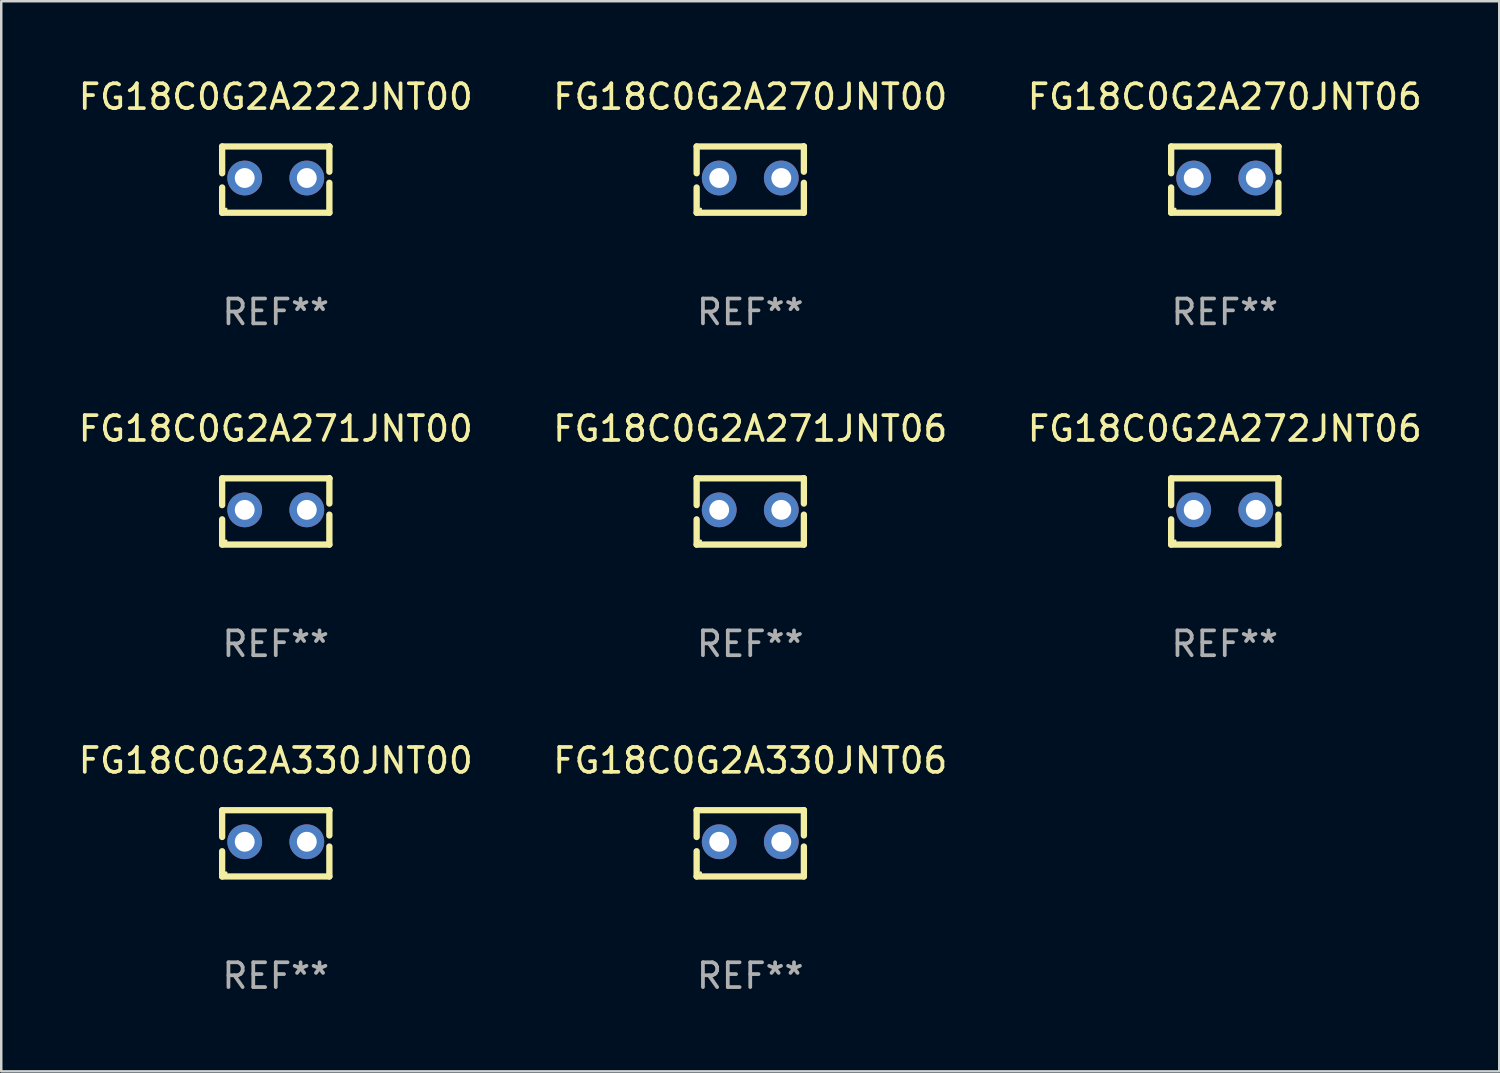
<source format=kicad_pcb>
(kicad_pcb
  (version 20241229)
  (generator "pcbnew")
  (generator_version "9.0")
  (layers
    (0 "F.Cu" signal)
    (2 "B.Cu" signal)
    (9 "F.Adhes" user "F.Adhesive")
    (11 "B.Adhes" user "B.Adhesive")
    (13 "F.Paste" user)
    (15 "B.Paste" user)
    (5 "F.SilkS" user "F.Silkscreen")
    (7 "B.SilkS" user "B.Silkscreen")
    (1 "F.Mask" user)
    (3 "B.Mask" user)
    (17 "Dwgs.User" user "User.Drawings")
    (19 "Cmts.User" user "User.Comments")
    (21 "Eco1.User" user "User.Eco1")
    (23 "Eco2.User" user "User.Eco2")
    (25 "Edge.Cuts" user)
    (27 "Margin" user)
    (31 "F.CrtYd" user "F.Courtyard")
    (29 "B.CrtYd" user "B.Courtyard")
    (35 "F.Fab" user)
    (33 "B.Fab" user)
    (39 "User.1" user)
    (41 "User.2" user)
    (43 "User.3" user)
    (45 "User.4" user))
  (footprint "FG18C0G2A330JNT06"
    (layer "F.Cu")
    (at 27.161 30.909)
    (property "Reference" "FG18C0G2A330JNT06" (at 0 -3.334 0) (layer "F.SilkS") (effects (font (size 1 1) (thickness 0.15))))
    (attr through_hole)
    (fp_line (start -2.159 -1.334) (end 2.159 -1.334) (stroke (width 0.254) (type solid)) (layer "F.SilkS"))
    (fp_line (start -2.159 -0.256) (end -2.159 -1.334) (stroke (width 0.254) (type solid)) (layer "F.SilkS"))
    (fp_line (start -2.159 1.334) (end -2.159 0.318) (stroke (width 0.254) (type solid)) (layer "F.SilkS"))
    (fp_line (start 2.159 -1.334) (end 2.159 -1.334) (stroke (width 0.254) (type solid)) (layer "F.SilkS"))
    (fp_line (start 2.159 -1.334) (end 2.159 -0.318) (stroke (width 0.254) (type solid)) (layer "F.SilkS"))
    (fp_line (start 2.159 0.129) (end 2.159 1.334) (stroke (width 0.254) (type solid)) (layer "F.SilkS"))
    (fp_line (start 2.159 1.334) (end -2.159 1.334) (stroke (width 0.254) (type solid)) (layer "F.SilkS"))
    (fp_circle (center -2 1.186) (end -1.97 1.186) (stroke (width 0.06) (type solid)) (fill no) (layer "F.SilkS"))
    (fp_text user "REF**" (at 0 5.334 0) (layer "F.Fab") (effects (font (size 1 1) (thickness 0.15))))
    (pad "1" thru_hole circle (at -1.25 -0.064) (size 1.4 1.4) (drill 0.8) (layers "*.Cu" "*.Mask"))
    (pad "2" thru_hole circle (at 1.25 -0.064) (size 1.4 1.4) (drill 0.8) (layers "*.Cu" "*.Mask")))
  (footprint "FG18C0G2A271JNT06"
    (layer "F.Cu")
    (at 27.161 17.545)
    (property "Reference" "FG18C0G2A271JNT06" (at 0 -3.334 0) (layer "F.SilkS") (effects (font (size 1 1) (thickness 0.15))))
    (attr through_hole)
    (fp_line (start -2.159 -1.334) (end 2.159 -1.334) (stroke (width 0.254) (type solid)) (layer "F.SilkS"))
    (fp_line (start -2.159 -0.256) (end -2.159 -1.334) (stroke (width 0.254) (type solid)) (layer "F.SilkS"))
    (fp_line (start -2.159 1.334) (end -2.159 0.318) (stroke (width 0.254) (type solid)) (layer "F.SilkS"))
    (fp_line (start 2.159 -1.334) (end 2.159 -1.334) (stroke (width 0.254) (type solid)) (layer "F.SilkS"))
    (fp_line (start 2.159 -1.334) (end 2.159 -0.318) (stroke (width 0.254) (type solid)) (layer "F.SilkS"))
    (fp_line (start 2.159 0.129) (end 2.159 1.334) (stroke (width 0.254) (type solid)) (layer "F.SilkS"))
    (fp_line (start 2.159 1.334) (end -2.159 1.334) (stroke (width 0.254) (type solid)) (layer "F.SilkS"))
    (fp_circle (center -2 1.186) (end -1.97 1.186) (stroke (width 0.06) (type solid)) (fill no) (layer "F.SilkS"))
    (fp_text user "REF**" (at 0 5.334 0) (layer "F.Fab") (effects (font (size 1 1) (thickness 0.15))))
    (pad "1" thru_hole circle (at -1.25 -0.064) (size 1.4 1.4) (drill 0.8) (layers "*.Cu" "*.Mask"))
    (pad "2" thru_hole circle (at 1.25 -0.064) (size 1.4 1.4) (drill 0.8) (layers "*.Cu" "*.Mask")))
  (footprint "FG18C0G2A272JNT06"
    (layer "F.Cu")
    (at 46.268 17.545)
    (property "Reference" "FG18C0G2A272JNT06" (at 0 -3.334 0) (layer "F.SilkS") (effects (font (size 1 1) (thickness 0.15))))
    (attr through_hole)
    (fp_line (start -2.159 -1.334) (end 2.159 -1.334) (stroke (width 0.254) (type solid)) (layer "F.SilkS"))
    (fp_line (start -2.159 -0.256) (end -2.159 -1.334) (stroke (width 0.254) (type solid)) (layer "F.SilkS"))
    (fp_line (start -2.159 1.334) (end -2.159 0.318) (stroke (width 0.254) (type solid)) (layer "F.SilkS"))
    (fp_line (start 2.159 -1.334) (end 2.159 -1.334) (stroke (width 0.254) (type solid)) (layer "F.SilkS"))
    (fp_line (start 2.159 -1.334) (end 2.159 -0.318) (stroke (width 0.254) (type solid)) (layer "F.SilkS"))
    (fp_line (start 2.159 0.129) (end 2.159 1.334) (stroke (width 0.254) (type solid)) (layer "F.SilkS"))
    (fp_line (start 2.159 1.334) (end -2.159 1.334) (stroke (width 0.254) (type solid)) (layer "F.SilkS"))
    (fp_circle (center -2 1.186) (end -1.97 1.186) (stroke (width 0.06) (type solid)) (fill no) (layer "F.SilkS"))
    (fp_text user "REF**" (at 0 5.334 0) (layer "F.Fab") (effects (font (size 1 1) (thickness 0.15))))
    (pad "1" thru_hole circle (at -1.25 -0.064) (size 1.4 1.4) (drill 0.8) (layers "*.Cu" "*.Mask"))
    (pad "2" thru_hole circle (at 1.25 -0.064) (size 1.4 1.4) (drill 0.8) (layers "*.Cu" "*.Mask")))
  (footprint "FG18C0G2A330JNT00"
    (layer "F.Cu")
    (at 8.054 30.909)
    (property "Reference" "FG18C0G2A330JNT00" (at 0 -3.334 0) (layer "F.SilkS") (effects (font (size 1 1) (thickness 0.15))))
    (attr through_hole)
    (fp_line (start -2.159 -1.334) (end 2.159 -1.334) (stroke (width 0.254) (type solid)) (layer "F.SilkS"))
    (fp_line (start -2.159 -0.256) (end -2.159 -1.334) (stroke (width 0.254) (type solid)) (layer "F.SilkS"))
    (fp_line (start -2.159 1.334) (end -2.159 0.318) (stroke (width 0.254) (type solid)) (layer "F.SilkS"))
    (fp_line (start 2.159 -1.334) (end 2.159 -1.334) (stroke (width 0.254) (type solid)) (layer "F.SilkS"))
    (fp_line (start 2.159 -1.334) (end 2.159 -0.318) (stroke (width 0.254) (type solid)) (layer "F.SilkS"))
    (fp_line (start 2.159 0.129) (end 2.159 1.334) (stroke (width 0.254) (type solid)) (layer "F.SilkS"))
    (fp_line (start 2.159 1.334) (end -2.159 1.334) (stroke (width 0.254) (type solid)) (layer "F.SilkS"))
    (fp_circle (center -2 1.186) (end -1.97 1.186) (stroke (width 0.06) (type solid)) (fill no) (layer "F.SilkS"))
    (fp_text user "REF**" (at 0 5.334 0) (layer "F.Fab") (effects (font (size 1 1) (thickness 0.15))))
    (pad "1" thru_hole circle (at -1.25 -0.064) (size 1.4 1.4) (drill 0.8) (layers "*.Cu" "*.Mask"))
    (pad "2" thru_hole circle (at 1.25 -0.064) (size 1.4 1.4) (drill 0.8) (layers "*.Cu" "*.Mask")))
  (footprint "FG18C0G2A271JNT00"
    (layer "F.Cu")
    (at 8.054 17.545)
    (property "Reference" "FG18C0G2A271JNT00" (at 0 -3.334 0) (layer "F.SilkS") (effects (font (size 1 1) (thickness 0.15))))
    (attr through_hole)
    (fp_line (start -2.159 -1.334) (end 2.159 -1.334) (stroke (width 0.254) (type solid)) (layer "F.SilkS"))
    (fp_line (start -2.159 -0.256) (end -2.159 -1.334) (stroke (width 0.254) (type solid)) (layer "F.SilkS"))
    (fp_line (start -2.159 1.334) (end -2.159 0.318) (stroke (width 0.254) (type solid)) (layer "F.SilkS"))
    (fp_line (start 2.159 -1.334) (end 2.159 -1.334) (stroke (width 0.254) (type solid)) (layer "F.SilkS"))
    (fp_line (start 2.159 -1.334) (end 2.159 -0.318) (stroke (width 0.254) (type solid)) (layer "F.SilkS"))
    (fp_line (start 2.159 0.129) (end 2.159 1.334) (stroke (width 0.254) (type solid)) (layer "F.SilkS"))
    (fp_line (start 2.159 1.334) (end -2.159 1.334) (stroke (width 0.254) (type solid)) (layer "F.SilkS"))
    (fp_circle (center -2 1.186) (end -1.97 1.186) (stroke (width 0.06) (type solid)) (fill no) (layer "F.SilkS"))
    (fp_text user "REF**" (at 0 5.334 0) (layer "F.Fab") (effects (font (size 1 1) (thickness 0.15))))
    (pad "1" thru_hole circle (at -1.25 -0.064) (size 1.4 1.4) (drill 0.8) (layers "*.Cu" "*.Mask"))
    (pad "2" thru_hole circle (at 1.25 -0.064) (size 1.4 1.4) (drill 0.8) (layers "*.Cu" "*.Mask")))
  (footprint "FG18C0G2A222JNT00"
    (layer "F.Cu")
    (at 8.054 4.182)
    (property "Reference" "FG18C0G2A222JNT00" (at 0 -3.334 0) (layer "F.SilkS") (effects (font (size 1 1) (thickness 0.15))))
    (attr through_hole)
    (fp_line (start -2.159 -1.334) (end 2.159 -1.334) (stroke (width 0.254) (type solid)) (layer "F.SilkS"))
    (fp_line (start -2.159 -0.256) (end -2.159 -1.334) (stroke (width 0.254) (type solid)) (layer "F.SilkS"))
    (fp_line (start -2.159 1.334) (end -2.159 0.318) (stroke (width 0.254) (type solid)) (layer "F.SilkS"))
    (fp_line (start 2.159 -1.334) (end 2.159 -1.334) (stroke (width 0.254) (type solid)) (layer "F.SilkS"))
    (fp_line (start 2.159 -1.334) (end 2.159 -0.318) (stroke (width 0.254) (type solid)) (layer "F.SilkS"))
    (fp_line (start 2.159 0.129) (end 2.159 1.334) (stroke (width 0.254) (type solid)) (layer "F.SilkS"))
    (fp_line (start 2.159 1.334) (end -2.159 1.334) (stroke (width 0.254) (type solid)) (layer "F.SilkS"))
    (fp_circle (center -2 1.186) (end -1.97 1.186) (stroke (width 0.06) (type solid)) (fill no) (layer "F.SilkS"))
    (fp_text user "REF**" (at 0 5.334 0) (layer "F.Fab") (effects (font (size 1 1) (thickness 0.15))))
    (pad "1" thru_hole circle (at -1.25 -0.064) (size 1.4 1.4) (drill 0.8) (layers "*.Cu" "*.Mask"))
    (pad "2" thru_hole circle (at 1.25 -0.064) (size 1.4 1.4) (drill 0.8) (layers "*.Cu" "*.Mask")))
  (footprint "FG18C0G2A270JNT00"
    (layer "F.Cu")
    (at 27.161 4.182)
    (property "Reference" "FG18C0G2A270JNT00" (at 0 -3.334 0) (layer "F.SilkS") (effects (font (size 1 1) (thickness 0.15))))
    (attr through_hole)
    (fp_line (start -2.159 -1.334) (end 2.159 -1.334) (stroke (width 0.254) (type solid)) (layer "F.SilkS"))
    (fp_line (start -2.159 -0.256) (end -2.159 -1.334) (stroke (width 0.254) (type solid)) (layer "F.SilkS"))
    (fp_line (start -2.159 1.334) (end -2.159 0.318) (stroke (width 0.254) (type solid)) (layer "F.SilkS"))
    (fp_line (start 2.159 -1.334) (end 2.159 -1.334) (stroke (width 0.254) (type solid)) (layer "F.SilkS"))
    (fp_line (start 2.159 -1.334) (end 2.159 -0.318) (stroke (width 0.254) (type solid)) (layer "F.SilkS"))
    (fp_line (start 2.159 0.129) (end 2.159 1.334) (stroke (width 0.254) (type solid)) (layer "F.SilkS"))
    (fp_line (start 2.159 1.334) (end -2.159 1.334) (stroke (width 0.254) (type solid)) (layer "F.SilkS"))
    (fp_circle (center -2 1.186) (end -1.97 1.186) (stroke (width 0.06) (type solid)) (fill no) (layer "F.SilkS"))
    (fp_text user "REF**" (at 0 5.334 0) (layer "F.Fab") (effects (font (size 1 1) (thickness 0.15))))
    (pad "1" thru_hole circle (at -1.25 -0.064) (size 1.4 1.4) (drill 0.8) (layers "*.Cu" "*.Mask"))
    (pad "2" thru_hole circle (at 1.25 -0.064) (size 1.4 1.4) (drill 0.8) (layers "*.Cu" "*.Mask")))
  (footprint "FG18C0G2A270JNT06"
    (layer "F.Cu")
    (at 46.268 4.182)
    (property "Reference" "FG18C0G2A270JNT06" (at 0 -3.334 0) (layer "F.SilkS") (effects (font (size 1 1) (thickness 0.15))))
    (attr through_hole)
    (fp_line (start -2.159 -1.334) (end 2.159 -1.334) (stroke (width 0.254) (type solid)) (layer "F.SilkS"))
    (fp_line (start -2.159 -0.256) (end -2.159 -1.334) (stroke (width 0.254) (type solid)) (layer "F.SilkS"))
    (fp_line (start -2.159 1.334) (end -2.159 0.318) (stroke (width 0.254) (type solid)) (layer "F.SilkS"))
    (fp_line (start 2.159 -1.334) (end 2.159 -1.334) (stroke (width 0.254) (type solid)) (layer "F.SilkS"))
    (fp_line (start 2.159 -1.334) (end 2.159 -0.318) (stroke (width 0.254) (type solid)) (layer "F.SilkS"))
    (fp_line (start 2.159 0.129) (end 2.159 1.334) (stroke (width 0.254) (type solid)) (layer "F.SilkS"))
    (fp_line (start 2.159 1.334) (end -2.159 1.334) (stroke (width 0.254) (type solid)) (layer "F.SilkS"))
    (fp_circle (center -2 1.186) (end -1.97 1.186) (stroke (width 0.06) (type solid)) (fill no) (layer "F.SilkS"))
    (fp_text user "REF**" (at 0 5.334 0) (layer "F.Fab") (effects (font (size 1 1) (thickness 0.15))))
    (pad "1" thru_hole circle (at -1.25 -0.064) (size 1.4 1.4) (drill 0.8) (layers "*.Cu" "*.Mask"))
    (pad "2" thru_hole circle (at 1.25 -0.064) (size 1.4 1.4) (drill 0.8) (layers "*.Cu" "*.Mask")))
  (gr_rect
    (start -3 -3)
    (end 57.321 40.091)
    (stroke (width 0.1) (type default))
    (fill no)
    (layer "Edge.Cuts")))
</source>
